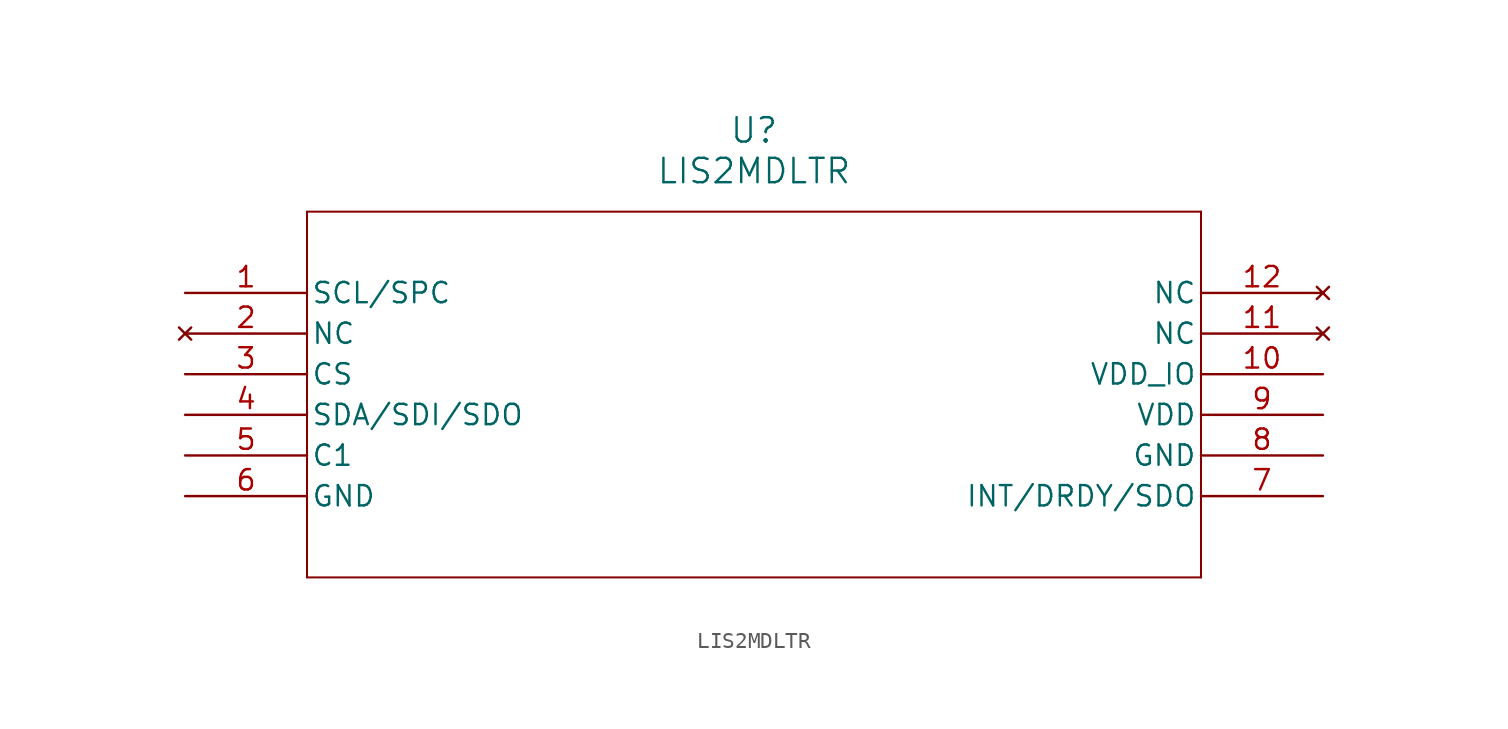
<source format=kicad_sym>
(kicad_symbol_lib
  (version 20211014)
  (generator kicad_symbol_editor)
  (symbol "LIS2MDLTR"
    (pin_names
      (offset 0.254))
    (property "Reference" "U"
      (at 35.56 10.16 0)
      (effects (font (size 1.524 1.524))))
    (property "Value" "LIS2MDLTR"
      (at 35.56 7.62 0)
      (effects (font (size 1.524 1.524))))
    (symbol "LIS2MDLTR_0_1"
      (polyline (pts (xy 7.62 5.08) (xy 7.62 -17.78)) (stroke (width 0.127) (type default) (color 0 0 0 0)) (fill (type none)))
      (polyline (pts (xy 7.62 -17.78) (xy 63.5 -17.78)) (stroke (width 0.127) (type default) (color 0 0 0 0)) (fill (type none)))
      (polyline (pts (xy 63.5 -17.78) (xy 63.5 5.08)) (stroke (width 0.127) (type default) (color 0 0 0 0)) (fill (type none)))
      (polyline (pts (xy 63.5 5.08) (xy 7.62 5.08)) (stroke (width 0.127) (type default) (color 0 0 0 0)) (fill (type none)))
      (pin bidirectional line (at 0 0 0) (length 7.62) (name "SCL/SPC" (effects (font (size 1.27 1.27)))) (number "1" (effects (font (size 1.27 1.27)))))
      (pin no_connect line (at 0 -2.54 0) (length 7.62) (name "NC" (effects (font (size 1.27 1.27)))) (number "2" (effects (font (size 1.27 1.27)))))
      (pin bidirectional line (at 0 -5.08 0) (length 7.62) (name "CS" (effects (font (size 1.27 1.27)))) (number "3" (effects (font (size 1.27 1.27)))))
      (pin bidirectional line (at 0 -7.62 0) (length 7.62) (name "SDA/SDI/SDO" (effects (font (size 1.27 1.27)))) (number "4" (effects (font (size 1.27 1.27)))))
      (pin unspecified line (at 0 -10.16 0) (length 7.62) (name "C1" (effects (font (size 1.27 1.27)))) (number "5" (effects (font (size 1.27 1.27)))))
      (pin power_in line (at 0 -12.7 0) (length 7.62) (name "GND" (effects (font (size 1.27 1.27)))) (number "6" (effects (font (size 1.27 1.27)))))
      (pin bidirectional line (at 71.12 -12.7 180) (length 7.62) (name "INT/DRDY/SDO" (effects (font (size 1.27 1.27)))) (number "7" (effects (font (size 1.27 1.27)))))
      (pin power_in line (at 71.12 -10.16 180) (length 7.62) (name "GND" (effects (font (size 1.27 1.27)))) (number "8" (effects (font (size 1.27 1.27)))))
      (pin power_in line (at 71.12 -7.62 180) (length 7.62) (name "VDD" (effects (font (size 1.27 1.27)))) (number "9" (effects (font (size 1.27 1.27)))))
      (pin power_in line (at 71.12 -5.08 180) (length 7.62) (name "VDD_IO" (effects (font (size 1.27 1.27)))) (number "10" (effects (font (size 1.27 1.27)))))
      (pin no_connect line (at 71.12 -2.54 180) (length 7.62) (name "NC" (effects (font (size 1.27 1.27)))) (number "11" (effects (font (size 1.27 1.27)))))
      (pin no_connect line (at 71.12 0 180) (length 7.62) (name "NC" (effects (font (size 1.27 1.27)))) (number "12" (effects (font (size 1.27 1.27))))))))
</source>
